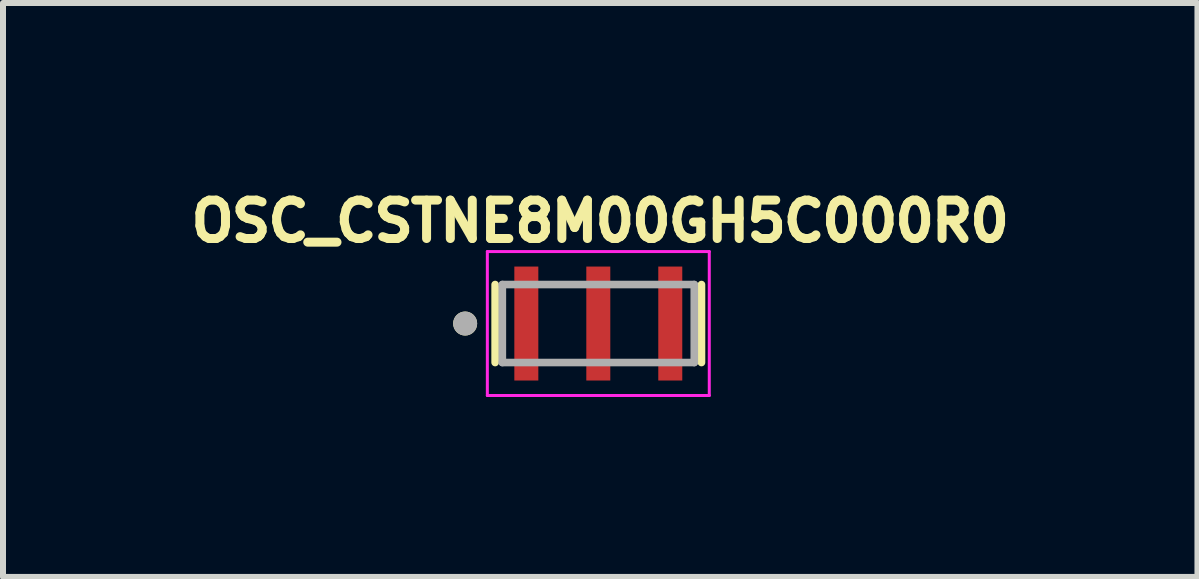
<source format=kicad_pcb>
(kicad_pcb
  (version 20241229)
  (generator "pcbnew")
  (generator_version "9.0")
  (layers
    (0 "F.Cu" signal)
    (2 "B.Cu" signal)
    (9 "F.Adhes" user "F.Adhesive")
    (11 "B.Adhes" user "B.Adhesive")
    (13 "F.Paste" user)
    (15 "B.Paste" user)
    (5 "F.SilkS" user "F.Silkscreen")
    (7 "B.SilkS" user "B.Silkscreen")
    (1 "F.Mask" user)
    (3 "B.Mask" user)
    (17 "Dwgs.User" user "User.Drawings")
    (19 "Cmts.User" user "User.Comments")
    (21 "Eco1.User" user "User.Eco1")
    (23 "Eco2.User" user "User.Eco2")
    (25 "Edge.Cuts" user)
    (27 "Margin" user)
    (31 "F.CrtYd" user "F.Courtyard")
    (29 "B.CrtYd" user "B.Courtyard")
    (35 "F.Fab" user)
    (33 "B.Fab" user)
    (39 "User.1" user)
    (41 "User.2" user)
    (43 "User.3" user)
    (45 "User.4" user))
  (footprint "OSC_CSTNE8M00GH5C000R0"
    (layer "F.Cu")
    (at 6.925 2.344)
    (property "Reference" "OSC_CSTNE8M00GH5C000R0" (at 0.032 -1.706 0) (layer "F.SilkS") (effects (font (size 0.64 0.64) (thickness 0.15))))
    (attr smd)
    (fp_line (start -1.72 -0.65) (end -1.72 0.65) (stroke (width 0.127) (type solid)) (layer "F.SilkS"))
    (fp_line (start 1.72 -0.65) (end 1.72 0.65) (stroke (width 0.127) (type solid)) (layer "F.SilkS"))
    (fp_circle (center -2.22 0) (end -2.12 0) (stroke (width 0.2) (type solid)) (fill no) (layer "F.SilkS"))
    (fp_line (start -1.85 -1.2) (end 1.85 -1.2) (stroke (width 0.05) (type solid)) (layer "F.CrtYd"))
    (fp_line (start -1.85 1.2) (end -1.85 -1.2) (stroke (width 0.05) (type solid)) (layer "F.CrtYd"))
    (fp_line (start 1.85 -1.2) (end 1.85 1.2) (stroke (width 0.05) (type solid)) (layer "F.CrtYd"))
    (fp_line (start 1.85 1.2) (end -1.85 1.2) (stroke (width 0.05) (type solid)) (layer "F.CrtYd"))
    (fp_line (start -1.6 -0.65) (end -1.6 0.65) (stroke (width 0.127) (type solid)) (layer "F.Fab"))
    (fp_line (start -1.6 -0.65) (end 1.6 -0.65) (stroke (width 0.127) (type solid)) (layer "F.Fab"))
    (fp_line (start 1.6 -0.65) (end 1.6 0.65) (stroke (width 0.127) (type solid)) (layer "F.Fab"))
    (fp_line (start 1.6 0.65) (end -1.6 0.65) (stroke (width 0.127) (type solid)) (layer "F.Fab"))
    (fp_circle (center -2.22 0) (end -2.12 0) (stroke (width 0.2) (type solid)) (fill no) (layer "F.Fab"))
    (pad "1" smd rect (at -1.2 0) (size 0.4 1.9) (layers "F.Cu" "F.Mask" "F.Paste"))
    (pad "2" smd rect (at 0 0) (size 0.4 1.9) (layers "F.Cu" "F.Mask" "F.Paste"))
    (pad "3" smd rect (at 1.2 0) (size 0.4 1.9) (layers "F.Cu" "F.Mask" "F.Paste")))
  (gr_rect
    (start -3 -3)
    (end 16.914 6.569)
    (stroke (width 0.1) (type default))
    (fill no)
    (layer "Edge.Cuts")))
</source>
